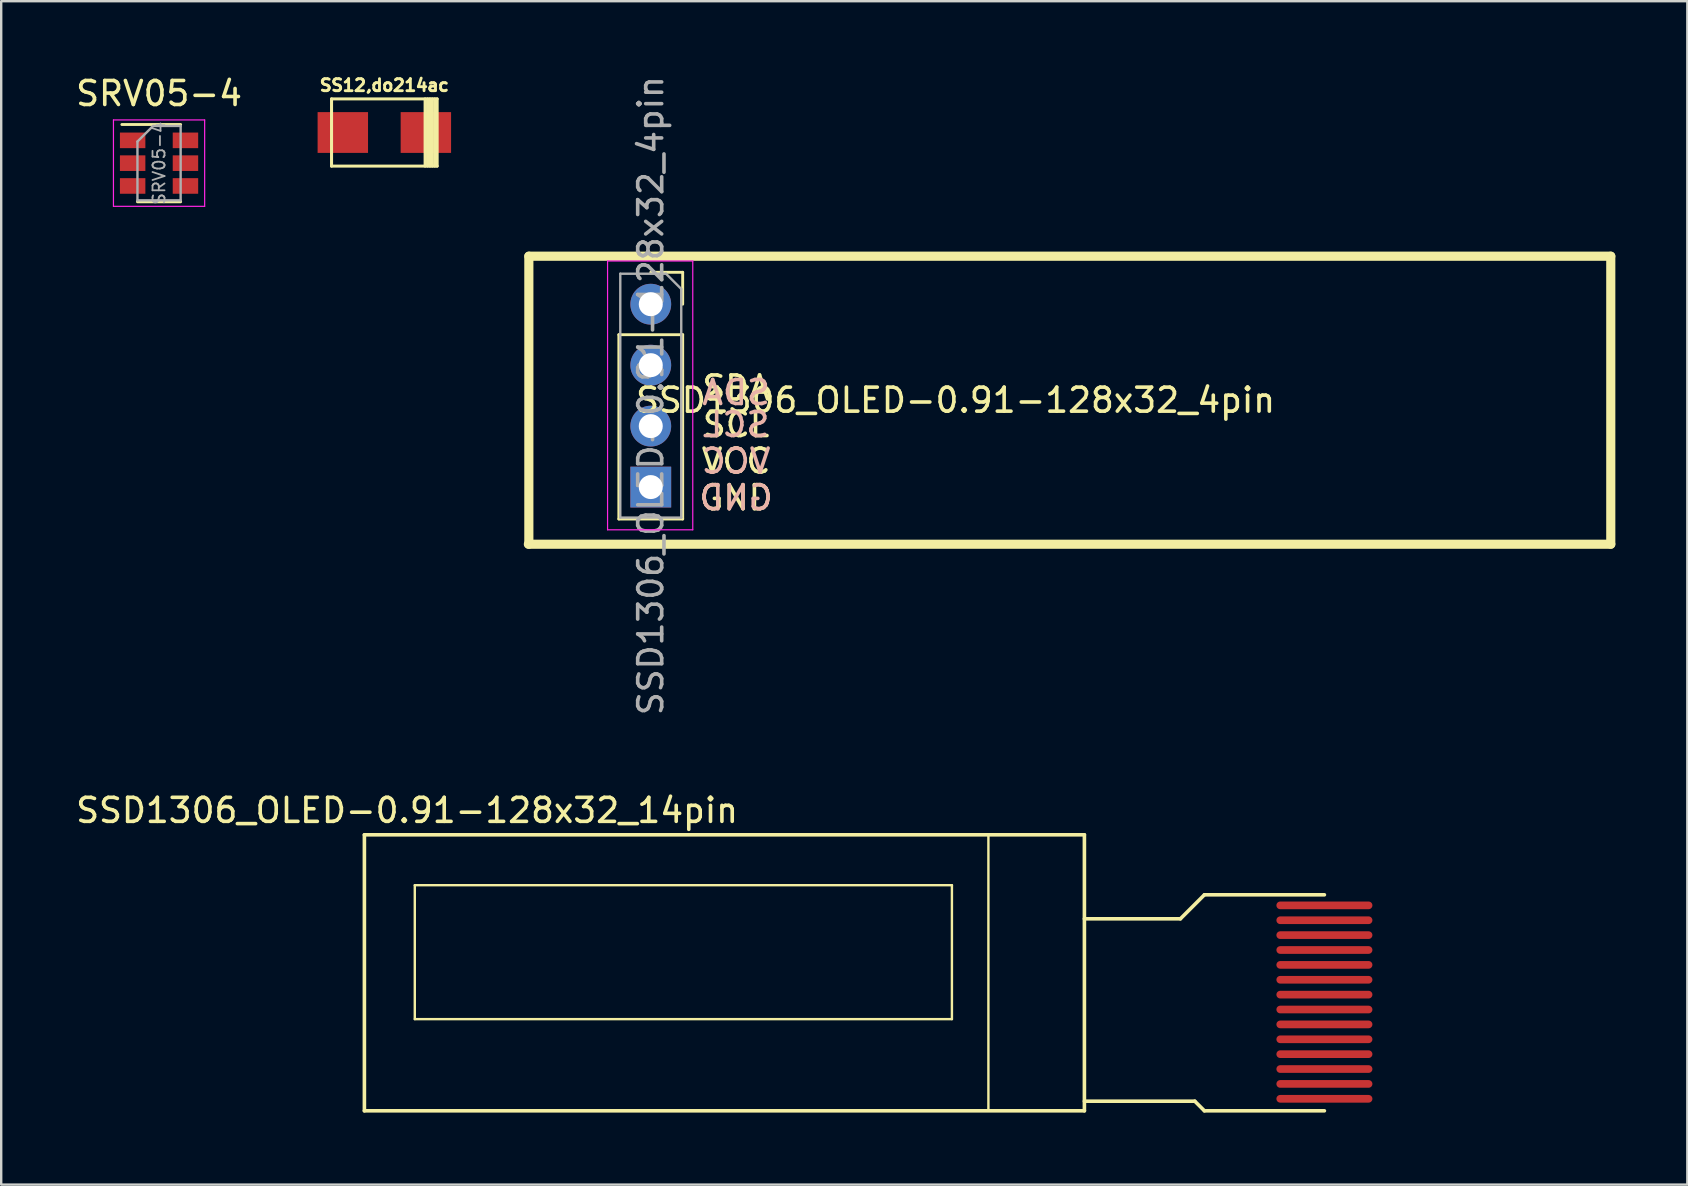
<source format=kicad_pcb>
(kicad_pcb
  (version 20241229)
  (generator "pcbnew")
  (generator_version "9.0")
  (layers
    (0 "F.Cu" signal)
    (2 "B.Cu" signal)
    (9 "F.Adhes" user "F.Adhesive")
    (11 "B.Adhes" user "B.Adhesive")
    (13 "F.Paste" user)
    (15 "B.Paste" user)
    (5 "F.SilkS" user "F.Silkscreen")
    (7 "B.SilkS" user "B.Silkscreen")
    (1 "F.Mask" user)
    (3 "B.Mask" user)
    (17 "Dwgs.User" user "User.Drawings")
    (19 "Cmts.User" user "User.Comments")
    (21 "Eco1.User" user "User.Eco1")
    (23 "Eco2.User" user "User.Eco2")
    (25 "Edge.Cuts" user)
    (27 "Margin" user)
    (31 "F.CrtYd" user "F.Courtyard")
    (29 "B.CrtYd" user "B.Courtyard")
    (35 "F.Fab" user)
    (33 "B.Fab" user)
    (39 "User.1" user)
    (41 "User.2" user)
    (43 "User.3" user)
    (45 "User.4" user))
  (footprint "SSD1306_OLED-0.91-128x32_4pin"
    (layer "F.Cu")
    (at 24.065 13.625)
    (property "Reference" "SSD1306_OLED-0.91-128x32_4pin" (at 12.7 0 0) (layer "F.SilkS") (effects (font (size 1 1) (thickness 0.15))))
    (attr through_hole)
    (fp_line (start -5.1 6) (end 40 6) (stroke (width 0.381) (type solid)) (layer "F.SilkS"))
    (fp_line (start -5.08 -6) (end 40 -6) (stroke (width 0.381) (type solid)) (layer "F.SilkS"))
    (fp_line (start -5.08 6) (end -5.08 -6) (stroke (width 0.381) (type solid)) (layer "F.SilkS"))
    (fp_line (start -1.33 -2.73) (end -1.33 4.95) (stroke (width 0.12) (type solid)) (layer "F.SilkS"))
    (fp_line (start -1.33 -2.73) (end 1.33 -2.73) (stroke (width 0.12) (type solid)) (layer "F.SilkS"))
    (fp_line (start -1.33 4.95) (end 1.33 4.95) (stroke (width 0.12) (type solid)) (layer "F.SilkS"))
    (fp_line (start 0 -5.33) (end 1.33 -5.33) (stroke (width 0.12) (type solid)) (layer "F.SilkS"))
    (fp_line (start 1.33 -5.33) (end 1.33 -4) (stroke (width 0.12) (type solid)) (layer "F.SilkS"))
    (fp_line (start 1.33 -2.73) (end 1.33 4.95) (stroke (width 0.12) (type solid)) (layer "F.SilkS"))
    (fp_line (start 40 -6) (end 40 6) (stroke (width 0.381) (type solid)) (layer "F.SilkS"))
    (fp_line (start -1.8 -5.8) (end 1.75 -5.8) (stroke (width 0.05) (type solid)) (layer "F.CrtYd"))
    (fp_line (start -1.8 5.4) (end -1.8 -5.8) (stroke (width 0.05) (type solid)) (layer "F.CrtYd"))
    (fp_line (start 1.75 -5.8) (end 1.75 5.4) (stroke (width 0.05) (type solid)) (layer "F.CrtYd"))
    (fp_line (start 1.75 5.4) (end -1.8 5.4) (stroke (width 0.05) (type solid)) (layer "F.CrtYd"))
    (fp_line (start -1.27 -5.27) (end 0.635 -5.27) (stroke (width 0.1) (type solid)) (layer "F.Fab"))
    (fp_line (start -1.27 4.89) (end -1.27 -5.27) (stroke (width 0.1) (type solid)) (layer "F.Fab"))
    (fp_line (start 0.635 -5.27) (end 1.27 -4.635) (stroke (width 0.1) (type solid)) (layer "F.Fab"))
    (fp_line (start 1.27 -4.635) (end 1.27 4.89) (stroke (width 0.1) (type solid)) (layer "F.Fab"))
    (fp_line (start 1.27 4.89) (end -1.27 4.89) (stroke (width 0.1) (type solid)) (layer "F.Fab"))
    (fp_text user "GND" (at 3.556 4.064 0) (layer "F.SilkS") (effects (font (size 1 1) (thickness 0.15))))
    (fp_text user "SCL" (at 3.556 1.016 0) (layer "F.SilkS") (effects (font (size 1 1) (thickness 0.15))))
    (fp_text user "VCC" (at 3.556 2.54 0) (layer "F.SilkS") (effects (font (size 1 1) (thickness 0.15))))
    (fp_text user "SDA" (at 3.556 -0.508 0) (layer "F.SilkS") (effects (font (size 1 1) (thickness 0.15))))
    (fp_text user "VCC" (at 3.556 2.54 0) (layer "B.SilkS") (effects (font (size 1 1) (thickness 0.15)) (justify mirror)))
    (fp_text user "SDA" (at 3.556 -0.318 0) (layer "B.SilkS") (effects (font (size 1 1) (thickness 0.15)) (justify mirror)))
    (fp_text user "SCL" (at 3.556 1.016 0) (layer "B.SilkS") (effects (font (size 1 1) (thickness 0.15)) (justify mirror)))
    (fp_text user "GND" (at 3.556 4.064 0) (layer "B.SilkS") (effects (font (size 1 1) (thickness 0.15)) (justify mirror)))
    (fp_text user "${REFERENCE}" (at 0 -0.19 90) (layer "F.Fab") (effects (font (size 1 1) (thickness 0.15))))
    (pad "GND" thru_hole rect (at 0 3.62) (size 1.7 1.7) (drill 1) (layers "*.Cu" "*.Mask"))
    (pad "SCL" thru_hole oval (at 0 -1.46) (size 1.7 1.7) (drill 1) (layers "*.Cu" "*.Mask"))
    (pad "SDA" thru_hole circle (at 0 -4) (size 1.7 1.7) (drill 1) (layers "*.Cu" "*.Mask"))
    (pad "VCC" thru_hole oval (at 0 1.08) (size 1.7 1.7) (drill 1) (layers "*.Cu" "*.Mask")))
  (footprint "SSD1306_OLED-0.91-128x32_14pin"
    (layer "F.Cu")
    (at 12.133 31.733)
    (property "Reference" "SSD1306_OLED-0.91-128x32_14pin" (at 1.778 -1.016 0) (layer "F.SilkS") (effects (font (size 1 1) (thickness 0.15))))
    (attr through_hole)
    (fp_line (start 0 0) (end 30 0) (stroke (width 0.15) (type solid)) (layer "F.SilkS"))
    (fp_line (start 0 11.5) (end 0 0) (stroke (width 0.15) (type solid)) (layer "F.SilkS"))
    (fp_line (start 0 11.5) (end 30 11.5) (stroke (width 0.15) (type solid)) (layer "F.SilkS"))
    (fp_line (start 2.1 2.1) (end 2.1 7.68) (stroke (width 0.1) (type solid)) (layer "F.SilkS"))
    (fp_line (start 2.1 2.1) (end 24.48 2.1) (stroke (width 0.1) (type solid)) (layer "F.SilkS"))
    (fp_line (start 2.1 7.68) (end 24.48 7.68) (stroke (width 0.1) (type solid)) (layer "F.SilkS"))
    (fp_line (start 24.48 2.1) (end 24.48 7.68) (stroke (width 0.1) (type solid)) (layer "F.SilkS"))
    (fp_line (start 26 0) (end 26 11.5) (stroke (width 0.1) (type solid)) (layer "F.SilkS"))
    (fp_line (start 30 0) (end 30 11.5) (stroke (width 0.15) (type solid)) (layer "F.SilkS"))
    (fp_line (start 34 3.5) (end 30 3.5) (stroke (width 0.15) (type solid)) (layer "F.SilkS"))
    (fp_line (start 34.6 11.1) (end 30 11.1) (stroke (width 0.15) (type solid)) (layer "F.SilkS"))
    (fp_line (start 35 2.5) (end 34 3.5) (stroke (width 0.15) (type solid)) (layer "F.SilkS"))
    (fp_line (start 35 11.5) (end 34.6 11.1) (stroke (width 0.15) (type solid)) (layer "F.SilkS"))
    (fp_line (start 40 2.5) (end 35 2.5) (stroke (width 0.15) (type solid)) (layer "F.SilkS"))
    (fp_line (start 40 11.5) (end 35 11.5) (stroke (width 0.15) (type solid)) (layer "F.SilkS"))
    (pad "1" smd oval (at 40 11) (size 4 0.32) (layers "F.Cu" "F.Mask" "F.Paste"))
    (pad "2" smd oval (at 40 10.38) (size 4 0.32) (layers "F.Cu" "F.Mask" "F.Paste"))
    (pad "3" smd oval (at 40 9.76) (size 4 0.32) (layers "F.Cu" "F.Mask" "F.Paste"))
    (pad "4" smd oval (at 40 9.14) (size 4 0.32) (layers "F.Cu" "F.Mask" "F.Paste"))
    (pad "5" smd oval (at 40 8.52) (size 4 0.32) (layers "F.Cu" "F.Mask" "F.Paste"))
    (pad "6" smd oval (at 40 7.9) (size 4 0.32) (layers "F.Cu" "F.Mask" "F.Paste"))
    (pad "7" smd oval (at 40 7.28) (size 4 0.32) (layers "F.Cu" "F.Mask" "F.Paste"))
    (pad "8" smd oval (at 40 6.66) (size 4 0.32) (layers "F.Cu" "F.Mask" "F.Paste"))
    (pad "9" smd oval (at 40 6.04) (size 4 0.32) (layers "F.Cu" "F.Mask" "F.Paste"))
    (pad "10" smd oval (at 40 5.42) (size 4 0.32) (layers "F.Cu" "F.Mask" "F.Paste"))
    (pad "11" smd oval (at 40 4.8) (size 4 0.32) (layers "F.Cu" "F.Mask" "F.Paste"))
    (pad "12" smd oval (at 40 4.18) (size 4 0.32) (layers "F.Cu" "F.Mask" "F.Paste"))
    (pad "13" smd oval (at 40 3.56) (size 4 0.32) (layers "F.Cu" "F.Mask" "F.Paste"))
    (pad "14" smd oval (at 40 2.94) (size 4 0.32) (layers "F.Cu" "F.Mask" "F.Paste")))
  (footprint "SRV05-4"
    (layer "F.Cu")
    (at 3.577 3.748)
    (property "Reference" "SRV05-4" (at 0 -2.9 0) (layer "F.SilkS") (effects (font (size 1 1) (thickness 0.15))))
    (attr smd)
    (fp_line (start -0.9 1.61) (end 0.9 1.61) (stroke (width 0.12) (type solid)) (layer "F.SilkS"))
    (fp_line (start 0.9 -1.61) (end -1.55 -1.61) (stroke (width 0.12) (type solid)) (layer "F.SilkS"))
    (fp_line (start -1.9 -1.8) (end -1.9 1.8) (stroke (width 0.05) (type solid)) (layer "F.CrtYd"))
    (fp_line (start -1.9 1.8) (end 1.9 1.8) (stroke (width 0.05) (type solid)) (layer "F.CrtYd"))
    (fp_line (start 1.9 -1.8) (end -1.9 -1.8) (stroke (width 0.05) (type solid)) (layer "F.CrtYd"))
    (fp_line (start 1.9 1.8) (end 1.9 -1.8) (stroke (width 0.05) (type solid)) (layer "F.CrtYd"))
    (fp_line (start -0.9 -0.9) (end -0.9 1.55) (stroke (width 0.1) (type solid)) (layer "F.Fab"))
    (fp_line (start -0.9 -0.9) (end -0.25 -1.55) (stroke (width 0.1) (type solid)) (layer "F.Fab"))
    (fp_line (start 0.9 -1.55) (end -0.25 -1.55) (stroke (width 0.1) (type solid)) (layer "F.Fab"))
    (fp_line (start 0.9 -1.55) (end 0.9 1.55) (stroke (width 0.1) (type solid)) (layer "F.Fab"))
    (fp_line (start 0.9 1.55) (end -0.9 1.55) (stroke (width 0.1) (type solid)) (layer "F.Fab"))
    (fp_text user "${REFERENCE}" (at 0 0 90) (layer "F.Fab") (effects (font (size 0.5 0.5) (thickness 0.075))))
    (pad "1" smd rect (at -1.1 -0.95) (size 1.06 0.65) (layers "F.Cu" "F.Mask" "F.Paste"))
    (pad "2" smd rect (at -1.1 0) (size 1.06 0.65) (layers "F.Cu" "F.Mask" "F.Paste"))
    (pad "3" smd rect (at -1.1 0.95) (size 1.06 0.65) (layers "F.Cu" "F.Mask" "F.Paste"))
    (pad "4" smd rect (at 1.1 0.95) (size 1.06 0.65) (layers "F.Cu" "F.Mask" "F.Paste"))
    (pad "5" smd rect (at 1.1 0) (size 1.06 0.65) (layers "F.Cu" "F.Mask" "F.Paste"))
    (pad "6" smd rect (at 1.1 -0.95) (size 1.06 0.65) (layers "F.Cu" "F.Mask" "F.Paste")))
  (footprint "SS12,do214ac"
    (layer "F.Cu")
    (at 12.964 2.471)
    (property "Reference" "SS12,do214ac" (at 0 -1.968 0) (layer "F.SilkS") (effects (font (size 0.5 0.5) (thickness 0.119))))
    (attr through_hole)
    (fp_line (start -2.2 -1.4) (end -2.2 1.4) (stroke (width 0.127) (type solid)) (layer "F.SilkS"))
    (fp_line (start -2.2 1.4) (end 2.2 1.4) (stroke (width 0.127) (type solid)) (layer "F.SilkS"))
    (fp_line (start 1.699 -1.4) (end 1.699 1.4) (stroke (width 0.127) (type solid)) (layer "F.SilkS"))
    (fp_line (start 1.801 -1.4) (end 1.801 1.4) (stroke (width 0.127) (type solid)) (layer "F.SilkS"))
    (fp_line (start 1.9 1.4) (end 1.9 -1.4) (stroke (width 0.127) (type solid)) (layer "F.SilkS"))
    (fp_line (start 1.999 -1.4) (end 1.999 1.4) (stroke (width 0.127) (type solid)) (layer "F.SilkS"))
    (fp_line (start 2.101 1.4) (end 2.101 -1.4) (stroke (width 0.127) (type solid)) (layer "F.SilkS"))
    (fp_line (start 2.2 -1.4) (end -2.2 -1.4) (stroke (width 0.127) (type solid)) (layer "F.SilkS"))
    (fp_line (start 2.2 1.4) (end 2.2 -1.4) (stroke (width 0.127) (type solid)) (layer "F.SilkS"))
    (pad "1" smd rect (at -1.73 0) (size 2.101 1.699) (layers "F.Cu" "F.Mask" "F.Paste"))
    (pad "2" smd rect (at 1.73 0) (size 2.101 1.699) (layers "F.Cu" "F.Mask" "F.Paste")))
  (gr_rect
    (start -3 -3)
    (end 67.255 46.308)
    (stroke (width 0.1) (type default))
    (fill no)
    (layer "Edge.Cuts")))
</source>
